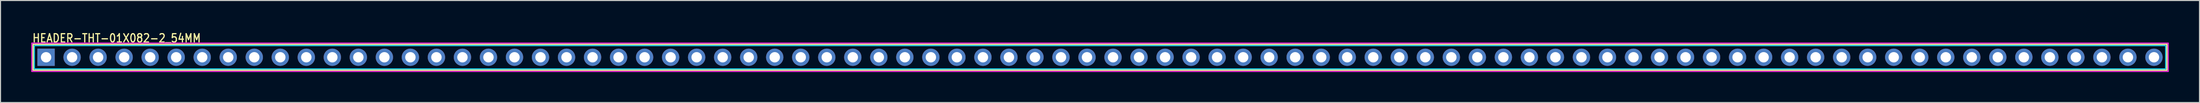
<source format=kicad_pcb>
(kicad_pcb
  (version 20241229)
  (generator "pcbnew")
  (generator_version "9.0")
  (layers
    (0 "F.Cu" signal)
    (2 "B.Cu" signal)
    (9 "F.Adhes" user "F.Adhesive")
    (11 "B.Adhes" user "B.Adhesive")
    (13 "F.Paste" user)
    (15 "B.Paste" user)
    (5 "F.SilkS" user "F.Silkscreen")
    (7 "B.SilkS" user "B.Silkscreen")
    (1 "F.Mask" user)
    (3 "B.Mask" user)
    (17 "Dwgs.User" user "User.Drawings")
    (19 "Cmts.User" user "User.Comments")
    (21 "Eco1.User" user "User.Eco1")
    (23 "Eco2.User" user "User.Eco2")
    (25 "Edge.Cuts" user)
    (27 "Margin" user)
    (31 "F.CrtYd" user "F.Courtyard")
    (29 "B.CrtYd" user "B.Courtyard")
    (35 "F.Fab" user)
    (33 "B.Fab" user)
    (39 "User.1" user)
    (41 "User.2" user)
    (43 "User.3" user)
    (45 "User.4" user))
  (footprint "HEADER-THT-01X082-2_54MM"
    (layer "F.Cu")
    (at 1.447 2.579)
    (property "Reference" "HEADER-THT-01X082-2_54MM" (at -1.4 -1.4 0) (unlocked yes) (layer "F.SilkS") (effects (font (size 0.813 0.695) (thickness 0.122)) (justify left bottom)))
    (fp_line (start -1.27 -1.27) (end -1.27 1.27) (stroke (width 0.127) (type solid)) (layer "F.SilkS"))
    (fp_line (start -1.27 1.27) (end 207.01 1.27) (stroke (width 0.127) (type solid)) (layer "F.SilkS"))
    (fp_line (start 207.01 -1.27) (end -1.27 -1.27) (stroke (width 0.127) (type solid)) (layer "F.SilkS"))
    (fp_line (start 207.01 1.27) (end 207.01 -1.27) (stroke (width 0.127) (type solid)) (layer "F.SilkS"))
    (fp_poly (pts (xy -1.143 -1.143) (xy 206.883 -1.143) (xy 206.883 1.143) (xy -1.143 1.143)) (stroke (width 0.1) (type solid)) (fill no) (layer "B.CrtYd"))
    (fp_poly (pts (xy -1.397 -1.397) (xy 207.137 -1.397) (xy 207.137 1.397) (xy -1.397 1.397)) (stroke (width 0.1) (type solid)) (fill no) (layer "F.CrtYd"))
    (pad "P$1" thru_hole rect (at 0 0) (size 1.693 1.693) (drill 1.016) (layers "*.Cu" "*.Mask"))
    (pad "P$2" thru_hole oval (at 2.54 0) (size 1.693 1.693) (drill 1.016) (layers "*.Cu" "*.Mask"))
    (pad "P$3" thru_hole oval (at 5.08 0) (size 1.693 1.693) (drill 1.016) (layers "*.Cu" "*.Mask"))
    (pad "P$4" thru_hole oval (at 7.62 0) (size 1.693 1.693) (drill 1.016) (layers "*.Cu" "*.Mask"))
    (pad "P$5" thru_hole oval (at 10.16 0) (size 1.693 1.693) (drill 1.016) (layers "*.Cu" "*.Mask"))
    (pad "P$6" thru_hole oval (at 12.7 0) (size 1.693 1.693) (drill 1.016) (layers "*.Cu" "*.Mask"))
    (pad "P$7" thru_hole oval (at 15.24 0) (size 1.693 1.693) (drill 1.016) (layers "*.Cu" "*.Mask"))
    (pad "P$8" thru_hole oval (at 17.78 0) (size 1.693 1.693) (drill 1.016) (layers "*.Cu" "*.Mask"))
    (pad "P$9" thru_hole oval (at 20.32 0) (size 1.693 1.693) (drill 1.016) (layers "*.Cu" "*.Mask"))
    (pad "P$10" thru_hole oval (at 22.86 0) (size 1.693 1.693) (drill 1.016) (layers "*.Cu" "*.Mask"))
    (pad "P$11" thru_hole oval (at 25.4 0) (size 1.693 1.693) (drill 1.016) (layers "*.Cu" "*.Mask"))
    (pad "P$12" thru_hole oval (at 27.94 0) (size 1.693 1.693) (drill 1.016) (layers "*.Cu" "*.Mask"))
    (pad "P$13" thru_hole oval (at 30.48 0) (size 1.693 1.693) (drill 1.016) (layers "*.Cu" "*.Mask"))
    (pad "P$14" thru_hole oval (at 33.02 0) (size 1.693 1.693) (drill 1.016) (layers "*.Cu" "*.Mask"))
    (pad "P$15" thru_hole oval (at 35.56 0) (size 1.693 1.693) (drill 1.016) (layers "*.Cu" "*.Mask"))
    (pad "P$16" thru_hole oval (at 38.1 0) (size 1.693 1.693) (drill 1.016) (layers "*.Cu" "*.Mask"))
    (pad "P$17" thru_hole oval (at 40.64 0) (size 1.693 1.693) (drill 1.016) (layers "*.Cu" "*.Mask"))
    (pad "P$18" thru_hole oval (at 43.18 0) (size 1.693 1.693) (drill 1.016) (layers "*.Cu" "*.Mask"))
    (pad "P$19" thru_hole oval (at 45.72 0) (size 1.693 1.693) (drill 1.016) (layers "*.Cu" "*.Mask"))
    (pad "P$20" thru_hole oval (at 48.26 0) (size 1.693 1.693) (drill 1.016) (layers "*.Cu" "*.Mask"))
    (pad "P$21" thru_hole oval (at 50.8 0) (size 1.693 1.693) (drill 1.016) (layers "*.Cu" "*.Mask"))
    (pad "P$22" thru_hole oval (at 53.34 0) (size 1.693 1.693) (drill 1.016) (layers "*.Cu" "*.Mask"))
    (pad "P$23" thru_hole oval (at 55.88 0) (size 1.693 1.693) (drill 1.016) (layers "*.Cu" "*.Mask"))
    (pad "P$24" thru_hole oval (at 58.42 0) (size 1.693 1.693) (drill 1.016) (layers "*.Cu" "*.Mask"))
    (pad "P$25" thru_hole oval (at 60.96 0) (size 1.693 1.693) (drill 1.016) (layers "*.Cu" "*.Mask"))
    (pad "P$26" thru_hole oval (at 63.5 0) (size 1.693 1.693) (drill 1.016) (layers "*.Cu" "*.Mask"))
    (pad "P$27" thru_hole oval (at 66.04 0) (size 1.693 1.693) (drill 1.016) (layers "*.Cu" "*.Mask"))
    (pad "P$28" thru_hole oval (at 68.58 0) (size 1.693 1.693) (drill 1.016) (layers "*.Cu" "*.Mask"))
    (pad "P$29" thru_hole oval (at 71.12 0) (size 1.693 1.693) (drill 1.016) (layers "*.Cu" "*.Mask"))
    (pad "P$30" thru_hole oval (at 73.66 0) (size 1.693 1.693) (drill 1.016) (layers "*.Cu" "*.Mask"))
    (pad "P$31" thru_hole oval (at 76.2 0) (size 1.693 1.693) (drill 1.016) (layers "*.Cu" "*.Mask"))
    (pad "P$32" thru_hole oval (at 78.74 0) (size 1.693 1.693) (drill 1.016) (layers "*.Cu" "*.Mask"))
    (pad "P$33" thru_hole oval (at 81.28 0) (size 1.693 1.693) (drill 1.016) (layers "*.Cu" "*.Mask"))
    (pad "P$34" thru_hole oval (at 83.82 0) (size 1.693 1.693) (drill 1.016) (layers "*.Cu" "*.Mask"))
    (pad "P$35" thru_hole oval (at 86.36 0) (size 1.693 1.693) (drill 1.016) (layers "*.Cu" "*.Mask"))
    (pad "P$36" thru_hole oval (at 88.9 0) (size 1.693 1.693) (drill 1.016) (layers "*.Cu" "*.Mask"))
    (pad "P$37" thru_hole oval (at 91.44 0) (size 1.693 1.693) (drill 1.016) (layers "*.Cu" "*.Mask"))
    (pad "P$38" thru_hole oval (at 93.98 0) (size 1.693 1.693) (drill 1.016) (layers "*.Cu" "*.Mask"))
    (pad "P$39" thru_hole oval (at 96.52 0) (size 1.693 1.693) (drill 1.016) (layers "*.Cu" "*.Mask"))
    (pad "P$40" thru_hole oval (at 99.06 0) (size 1.693 1.693) (drill 1.016) (layers "*.Cu" "*.Mask"))
    (pad "P$41" thru_hole oval (at 101.6 0) (size 1.693 1.693) (drill 1.016) (layers "*.Cu" "*.Mask"))
    (pad "P$42" thru_hole oval (at 104.14 0) (size 1.693 1.693) (drill 1.016) (layers "*.Cu" "*.Mask"))
    (pad "P$43" thru_hole oval (at 106.68 0) (size 1.693 1.693) (drill 1.016) (layers "*.Cu" "*.Mask"))
    (pad "P$44" thru_hole oval (at 109.22 0) (size 1.693 1.693) (drill 1.016) (layers "*.Cu" "*.Mask"))
    (pad "P$45" thru_hole oval (at 111.76 0) (size 1.693 1.693) (drill 1.016) (layers "*.Cu" "*.Mask"))
    (pad "P$46" thru_hole oval (at 114.3 0) (size 1.693 1.693) (drill 1.016) (layers "*.Cu" "*.Mask"))
    (pad "P$47" thru_hole oval (at 116.84 0) (size 1.693 1.693) (drill 1.016) (layers "*.Cu" "*.Mask"))
    (pad "P$48" thru_hole oval (at 119.38 0) (size 1.693 1.693) (drill 1.016) (layers "*.Cu" "*.Mask"))
    (pad "P$49" thru_hole oval (at 121.92 0) (size 1.693 1.693) (drill 1.016) (layers "*.Cu" "*.Mask"))
    (pad "P$50" thru_hole oval (at 124.46 0) (size 1.693 1.693) (drill 1.016) (layers "*.Cu" "*.Mask"))
    (pad "P$51" thru_hole oval (at 127 0) (size 1.693 1.693) (drill 1.016) (layers "*.Cu" "*.Mask"))
    (pad "P$52" thru_hole oval (at 129.54 0) (size 1.693 1.693) (drill 1.016) (layers "*.Cu" "*.Mask"))
    (pad "P$53" thru_hole oval (at 132.08 0) (size 1.693 1.693) (drill 1.016) (layers "*.Cu" "*.Mask"))
    (pad "P$54" thru_hole oval (at 134.62 0) (size 1.693 1.693) (drill 1.016) (layers "*.Cu" "*.Mask"))
    (pad "P$55" thru_hole oval (at 137.16 0) (size 1.693 1.693) (drill 1.016) (layers "*.Cu" "*.Mask"))
    (pad "P$56" thru_hole oval (at 139.7 0) (size 1.693 1.693) (drill 1.016) (layers "*.Cu" "*.Mask"))
    (pad "P$57" thru_hole oval (at 142.24 0) (size 1.693 1.693) (drill 1.016) (layers "*.Cu" "*.Mask"))
    (pad "P$58" thru_hole oval (at 144.78 0) (size 1.693 1.693) (drill 1.016) (layers "*.Cu" "*.Mask"))
    (pad "P$59" thru_hole oval (at 147.32 0) (size 1.693 1.693) (drill 1.016) (layers "*.Cu" "*.Mask"))
    (pad "P$60" thru_hole oval (at 149.86 0) (size 1.693 1.693) (drill 1.016) (layers "*.Cu" "*.Mask"))
    (pad "P$61" thru_hole oval (at 152.4 0) (size 1.693 1.693) (drill 1.016) (layers "*.Cu" "*.Mask"))
    (pad "P$62" thru_hole oval (at 154.94 0) (size 1.693 1.693) (drill 1.016) (layers "*.Cu" "*.Mask"))
    (pad "P$63" thru_hole oval (at 157.48 0) (size 1.693 1.693) (drill 1.016) (layers "*.Cu" "*.Mask"))
    (pad "P$64" thru_hole oval (at 160.02 0) (size 1.693 1.693) (drill 1.016) (layers "*.Cu" "*.Mask"))
    (pad "P$65" thru_hole oval (at 162.56 0) (size 1.693 1.693) (drill 1.016) (layers "*.Cu" "*.Mask"))
    (pad "P$66" thru_hole oval (at 165.1 0) (size 1.693 1.693) (drill 1.016) (layers "*.Cu" "*.Mask"))
    (pad "P$67" thru_hole oval (at 167.64 0) (size 1.693 1.693) (drill 1.016) (layers "*.Cu" "*.Mask"))
    (pad "P$68" thru_hole oval (at 170.18 0) (size 1.693 1.693) (drill 1.016) (layers "*.Cu" "*.Mask"))
    (pad "P$69" thru_hole oval (at 172.72 0) (size 1.693 1.693) (drill 1.016) (layers "*.Cu" "*.Mask"))
    (pad "P$70" thru_hole oval (at 175.26 0) (size 1.693 1.693) (drill 1.016) (layers "*.Cu" "*.Mask"))
    (pad "P$71" thru_hole oval (at 177.8 0) (size 1.693 1.693) (drill 1.016) (layers "*.Cu" "*.Mask"))
    (pad "P$72" thru_hole oval (at 180.34 0) (size 1.693 1.693) (drill 1.016) (layers "*.Cu" "*.Mask"))
    (pad "P$73" thru_hole oval (at 182.88 0) (size 1.693 1.693) (drill 1.016) (layers "*.Cu" "*.Mask"))
    (pad "P$74" thru_hole oval (at 185.42 0) (size 1.693 1.693) (drill 1.016) (layers "*.Cu" "*.Mask"))
    (pad "P$75" thru_hole oval (at 187.96 0) (size 1.693 1.693) (drill 1.016) (layers "*.Cu" "*.Mask"))
    (pad "P$76" thru_hole oval (at 190.5 0) (size 1.693 1.693) (drill 1.016) (layers "*.Cu" "*.Mask"))
    (pad "P$77" thru_hole oval (at 193.04 0) (size 1.693 1.693) (drill 1.016) (layers "*.Cu" "*.Mask"))
    (pad "P$78" thru_hole oval (at 195.58 0) (size 1.693 1.693) (drill 1.016) (layers "*.Cu" "*.Mask"))
    (pad "P$79" thru_hole oval (at 198.12 0) (size 1.693 1.693) (drill 1.016) (layers "*.Cu" "*.Mask"))
    (pad "P$80" thru_hole oval (at 200.66 0) (size 1.693 1.693) (drill 1.016) (layers "*.Cu" "*.Mask"))
    (pad "P$81" thru_hole oval (at 203.2 0) (size 1.693 1.693) (drill 1.016) (layers "*.Cu" "*.Mask"))
    (pad "P$82" thru_hole oval (at 205.74 0) (size 1.693 1.693) (drill 1.016) (layers "*.Cu" "*.Mask")))
  (gr_rect
    (start -3 -3)
    (end 211.634 7.026)
    (stroke (width 0.1) (type default))
    (fill no)
    (layer "Edge.Cuts")))
</source>
